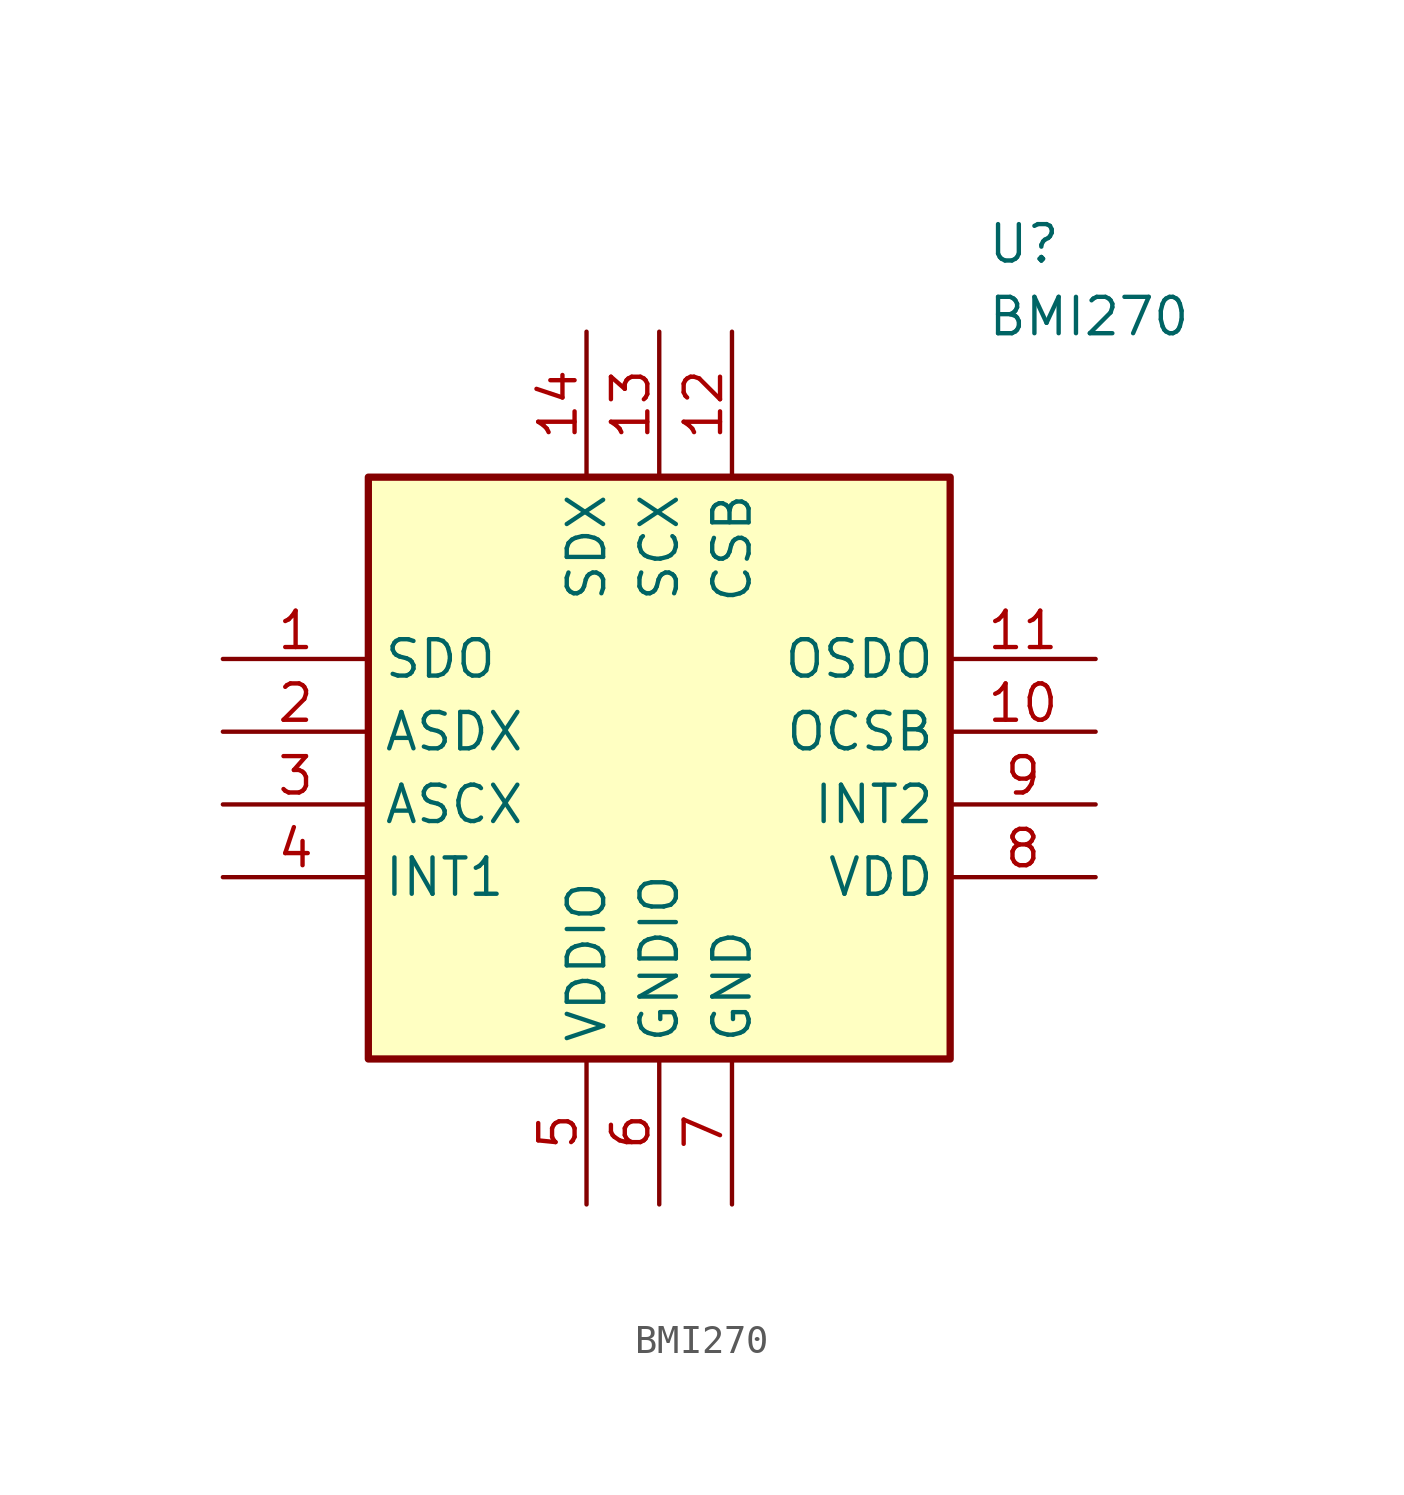
<source format=kicad_sym>
(kicad_symbol_lib
  (version 20220914)
  (generator kicad_symbol_editor)
  (symbol "BMI270"
    (property "Reference" "U"
      (at 26.67 15.24 0)
      (effects (font (size 1.27 1.27)) (justify left top)))
    (property "Value" "BMI270"
      (at 26.67 12.7 0)
      (effects (font (size 1.27 1.27)) (justify left top)))
    (symbol "BMI270_1_1"
      (rectangle (start 5.08 6.35) (end 25.4 -13.97) (stroke (width 0.254) (type default)) (fill (type background)))
      (pin passive line (at 0 0 0) (length 5.08) (name "SDO" (effects (font (size 1.27 1.27)))) (number "1" (effects (font (size 1.27 1.27)))))
      (pin passive line (at 30.48 -2.54 180) (length 5.08) (name "OCSB" (effects (font (size 1.27 1.27)))) (number "10" (effects (font (size 1.27 1.27)))))
      (pin passive line (at 30.48 0 180) (length 5.08) (name "OSDO" (effects (font (size 1.27 1.27)))) (number "11" (effects (font (size 1.27 1.27)))))
      (pin passive line (at 17.78 11.43 270) (length 5.08) (name "CSB" (effects (font (size 1.27 1.27)))) (number "12" (effects (font (size 1.27 1.27)))))
      (pin passive line (at 15.24 11.43 270) (length 5.08) (name "SCX" (effects (font (size 1.27 1.27)))) (number "13" (effects (font (size 1.27 1.27)))))
      (pin passive line (at 12.7 11.43 270) (length 5.08) (name "SDX" (effects (font (size 1.27 1.27)))) (number "14" (effects (font (size 1.27 1.27)))))
      (pin passive line (at 0 -2.54 0) (length 5.08) (name "ASDX" (effects (font (size 1.27 1.27)))) (number "2" (effects (font (size 1.27 1.27)))))
      (pin passive line (at 0 -5.08 0) (length 5.08) (name "ASCX" (effects (font (size 1.27 1.27)))) (number "3" (effects (font (size 1.27 1.27)))))
      (pin passive line (at 0 -7.62 0) (length 5.08) (name "INT1" (effects (font (size 1.27 1.27)))) (number "4" (effects (font (size 1.27 1.27)))))
      (pin passive line (at 12.7 -19.05 90) (length 5.08) (name "VDDIO" (effects (font (size 1.27 1.27)))) (number "5" (effects (font (size 1.27 1.27)))))
      (pin passive line (at 15.24 -19.05 90) (length 5.08) (name "GNDIO" (effects (font (size 1.27 1.27)))) (number "6" (effects (font (size 1.27 1.27)))))
      (pin passive line (at 17.78 -19.05 90) (length 5.08) (name "GND" (effects (font (size 1.27 1.27)))) (number "7" (effects (font (size 1.27 1.27)))))
      (pin passive line (at 30.48 -7.62 180) (length 5.08) (name "VDD" (effects (font (size 1.27 1.27)))) (number "8" (effects (font (size 1.27 1.27)))))
      (pin passive line (at 30.48 -5.08 180) (length 5.08) (name "INT2" (effects (font (size 1.27 1.27)))) (number "9" (effects (font (size 1.27 1.27))))))))
</source>
